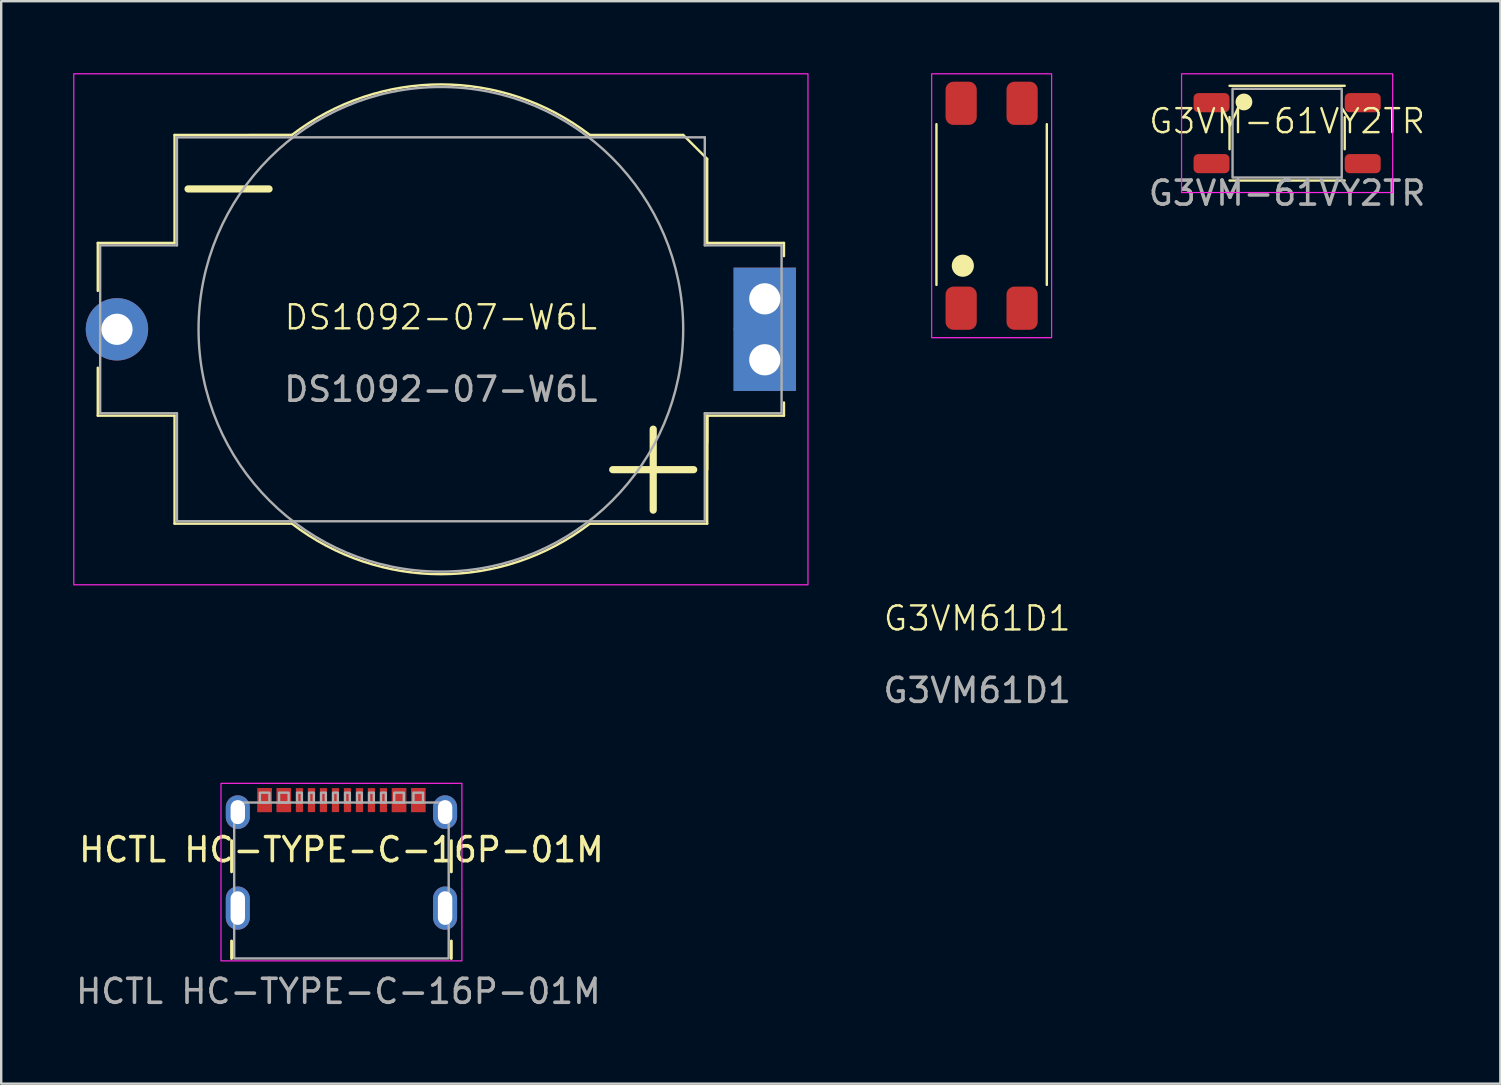
<source format=kicad_pcb>
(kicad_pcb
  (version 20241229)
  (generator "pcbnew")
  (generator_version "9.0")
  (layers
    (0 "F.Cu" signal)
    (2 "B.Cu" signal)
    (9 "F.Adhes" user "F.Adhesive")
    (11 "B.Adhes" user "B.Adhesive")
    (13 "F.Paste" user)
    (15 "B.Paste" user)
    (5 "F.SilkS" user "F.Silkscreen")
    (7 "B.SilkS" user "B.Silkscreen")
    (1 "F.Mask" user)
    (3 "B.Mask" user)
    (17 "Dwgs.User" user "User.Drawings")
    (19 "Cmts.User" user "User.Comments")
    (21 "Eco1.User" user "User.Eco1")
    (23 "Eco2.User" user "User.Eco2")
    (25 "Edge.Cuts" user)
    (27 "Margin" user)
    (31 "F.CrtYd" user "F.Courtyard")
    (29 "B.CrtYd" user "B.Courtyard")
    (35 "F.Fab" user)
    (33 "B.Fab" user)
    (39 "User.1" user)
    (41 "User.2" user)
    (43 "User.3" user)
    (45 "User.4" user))
  (footprint "G3VM61D1"
    (layer "F.Cu")
    (at 38.28 5.525)
    (property "Reference" "G3VM61D1" (at -0.6 17.2 0) (unlocked yes) (layer "F.SilkS") (effects (font (size 1 1) (thickness 0.1))))
    (attr smd)
    (fp_line (start -2.3 3.3) (end -2.3 -3.4) (stroke (width 0.1) (type default)) (layer "F.SilkS"))
    (fp_line (start 2.3 -3.4) (end 2.3 3.3) (stroke (width 0.1) (type default)) (layer "F.SilkS"))
    (fp_circle (center -1.2 2.5) (end -0.788 2.5) (stroke (width 0.1) (type solid)) (fill yes) (layer "F.SilkS"))
    (fp_rect (start -2.5 -5.5) (end 2.5 5.5) (stroke (width 0.05) (type default)) (fill no) (layer "F.CrtYd"))
    (fp_text user "${REFERENCE}" (at -0.6 20.2 0) (unlocked yes) (layer "F.Fab") (effects (font (size 1 1) (thickness 0.15))))
    (pad "1" smd roundrect (at -1.27 4.27) (size 1.3 1.8) (layers "F.Cu" "F.Mask" "F.Paste") (roundrect_rratio 0.25))
    (pad "2" smd roundrect (at 1.27 4.27) (size 1.3 1.8) (layers "F.Cu" "F.Mask" "F.Paste") (roundrect_rratio 0.25))
    (pad "3" smd roundrect (at 1.27 -4.27) (size 1.3 1.8) (layers "F.Cu" "F.Mask" "F.Paste") (roundrect_rratio 0.25))
    (pad "4" smd roundrect (at -1.27 -4.27) (size 1.3 1.8) (layers "F.Cu" "F.Mask" "F.Paste") (roundrect_rratio 0.25)))
  (footprint "HCTL HC-TYPE-C-16P-01M"
    (layer "F.Cu")
    (at 11.181 33.923)
    (property "Reference" "HCTL HC-TYPE-C-16P-01M" (at 0 -1.558 0) (layer "F.SilkS") (effects (font (size 1 1) (thickness 0.15))))
    (attr smd)
    (fp_line (start -4.58 -1.937) (end -4.58 -0.635) (stroke (width 0.12) (type default)) (layer "F.SilkS"))
    (fp_line (start -4.58 2.246) (end -4.58 2.978) (stroke (width 0.12) (type default)) (layer "F.SilkS"))
    (fp_line (start 4.58 -1.937) (end 4.58 -0.635) (stroke (width 0.12) (type default)) (layer "F.SilkS"))
    (fp_line (start 4.58 2.246) (end 4.58 2.978) (stroke (width 0.12) (type default)) (layer "F.SilkS"))
    (fp_rect (start -5.02 -4.325) (end 5.02 3.075) (stroke (width 0.05) (type default)) (fill no) (layer "F.CrtYd"))
    (fp_rect (start -4.47 -3.525) (end 4.47 2.975) (stroke (width 0.1) (type default)) (fill no) (layer "F.Fab"))
    (fp_rect (start -3.4 -3.935) (end -3 -3.525) (stroke (width 0.1) (type default)) (fill no) (layer "F.Fab"))
    (fp_rect (start -2.6 -3.935) (end -2.2 -3.525) (stroke (width 0.1) (type default)) (fill no) (layer "F.Fab"))
    (fp_rect (start -1.85 -3.935) (end -1.65 -3.525) (stroke (width 0.1) (type default)) (fill no) (layer "F.Fab"))
    (fp_rect (start -1.35 -3.935) (end -1.15 -3.525) (stroke (width 0.1) (type default)) (fill no) (layer "F.Fab"))
    (fp_rect (start -0.85 -3.935) (end -0.65 -3.525) (stroke (width 0.1) (type default)) (fill no) (layer "F.Fab"))
    (fp_rect (start -0.35 -3.935) (end -0.15 -3.525) (stroke (width 0.1) (type default)) (fill no) (layer "F.Fab"))
    (fp_rect (start 0.15 -3.935) (end 0.35 -3.525) (stroke (width 0.1) (type default)) (fill no) (layer "F.Fab"))
    (fp_rect (start 0.65 -3.935) (end 0.85 -3.525) (stroke (width 0.1) (type default)) (fill no) (layer "F.Fab"))
    (fp_rect (start 1.15 -3.935) (end 1.35 -3.525) (stroke (width 0.1) (type default)) (fill no) (layer "F.Fab"))
    (fp_rect (start 1.65 -3.935) (end 1.85 -3.525) (stroke (width 0.1) (type default)) (fill no) (layer "F.Fab"))
    (fp_rect (start 2.2 -3.935) (end 2.6 -3.525) (stroke (width 0.1) (type default)) (fill no) (layer "F.Fab"))
    (fp_rect (start 3 -3.935) (end 3.4 -3.525) (stroke (width 0.1) (type default)) (fill no) (layer "F.Fab"))
    (fp_text user "${REFERENCE}" (at -0.127 4.346 0) (layer "F.Fab") (effects (font (size 1 1) (thickness 0.15))))
    (pad "A1" smd rect (at -3.2 -3.625) (size 0.6 1) (layers "F.Cu" "F.Mask" "F.Paste"))
    (pad "A4" smd rect (at -2.4 -3.625) (size 0.6 1) (layers "F.Cu" "F.Mask" "F.Paste"))
    (pad "A5" smd rect (at -1.25 -3.625) (size 0.3 1) (layers "F.Cu" "F.Mask" "F.Paste"))
    (pad "A6" smd rect (at -0.25 -3.625) (size 0.3 1) (layers "F.Cu" "F.Mask" "F.Paste"))
    (pad "A7" smd rect (at 0.25 -3.625) (size 0.3 1) (layers "F.Cu" "F.Mask" "F.Paste"))
    (pad "A8" smd rect (at 1.25 -3.625) (size 0.3 1) (layers "F.Cu" "F.Mask" "F.Paste"))
    (pad "A9" smd rect (at 2.4 -3.625) (size 0.6 1) (layers "F.Cu" "F.Mask" "F.Paste"))
    (pad "A12" smd rect (at 3.2 -3.625) (size 0.6 1) (layers "F.Cu" "F.Mask" "F.Paste"))
    (pad "B1" smd rect (at 3.2 -3.625) (size 0.6 1) (layers "F.Cu" "F.Mask" "F.Paste"))
    (pad "B4" smd rect (at 2.4 -3.625) (size 0.6 1) (layers "F.Cu" "F.Mask" "F.Paste"))
    (pad "B5" smd rect (at 1.75 -3.625) (size 0.3 1) (layers "F.Cu" "F.Mask" "F.Paste"))
    (pad "B6" smd rect (at 0.75 -3.625) (size 0.3 1) (layers "F.Cu" "F.Mask" "F.Paste"))
    (pad "B7" smd rect (at -0.75 -3.625) (size 0.3 1) (layers "F.Cu" "F.Mask" "F.Paste"))
    (pad "B8" smd rect (at -1.75 -3.625) (size 0.3 1) (layers "F.Cu" "F.Mask" "F.Paste"))
    (pad "B9" smd rect (at -2.4 -3.625) (size 0.6 1) (layers "F.Cu" "F.Mask" "F.Paste"))
    (pad "B12" smd rect (at -3.2 -3.625) (size 0.6 1) (layers "F.Cu" "F.Mask" "F.Paste"))
    (pad "S1" thru_hole oval (at -4.32 -3.125) (size 1 1.4) (drill oval 0.6 1) (layers "*.Cu" "*.Mask"))
    (pad "S1" thru_hole oval (at -4.32 0.875) (size 1 1.8) (drill oval 0.6 1.4) (layers "*.Cu" "*.Mask"))
    (pad "S1" thru_hole oval (at 4.32 -3.125) (size 1 1.4) (drill oval 0.6 1) (layers "*.Cu" "*.Mask"))
    (pad "S1" thru_hole oval (at 4.32 0.875) (size 1 1.8) (drill oval 0.6 1.4) (layers "*.Cu" "*.Mask")))
  (footprint "G3VM-61VY2TR"
    (layer "F.Cu")
    (at 50.596 2.5)
    (property "Reference" "G3VM-61VY2TR" (at 0 -0.5 0) (unlocked yes) (layer "F.SilkS") (effects (font (size 1 1) (thickness 0.1))))
    (attr smd)
    (fp_line (start -2.4 -0.67) (end -2.4 0.67) (stroke (width 0.1) (type default)) (layer "F.SilkS"))
    (fp_line (start 2.4 -1.975) (end -2.4 -1.975) (stroke (width 0.1) (type default)) (layer "F.SilkS"))
    (fp_line (start 2.4 -0.67) (end 2.4 0.67) (stroke (width 0.1) (type default)) (layer "F.SilkS"))
    (fp_line (start 2.4 1.975) (end -2.4 1.975) (stroke (width 0.1) (type default)) (layer "F.SilkS"))
    (fp_circle (center -1.8 -1.3) (end -1.5 -1.3) (stroke (width 0.1) (type solid)) (fill yes) (layer "F.SilkS"))
    (fp_rect (start -4.4 -2.475) (end 4.4 2.475) (stroke (width 0.05) (type default)) (fill no) (layer "F.CrtYd"))
    (fp_rect (start -2.275 -1.85) (end 2.275 1.85) (stroke (width 0.1) (type default)) (fill no) (layer "F.Fab"))
    (fp_text user "${REFERENCE}" (at 0 2.5 0) (unlocked yes) (layer "F.Fab") (effects (font (size 1 1) (thickness 0.15))))
    (pad "1" smd roundrect (at -3.15 -1.27 90) (size 0.8 1.5) (layers "F.Cu" "F.Mask" "F.Paste") (roundrect_rratio 0.25))
    (pad "2" smd roundrect (at -3.15 1.27 90) (size 0.8 1.5) (layers "F.Cu" "F.Mask" "F.Paste") (roundrect_rratio 0.25))
    (pad "3" smd roundrect (at 3.15 1.27 90) (size 0.8 1.5) (layers "F.Cu" "F.Mask" "F.Paste") (roundrect_rratio 0.25))
    (pad "4" smd roundrect (at 3.15 -1.27 90) (size 0.8 1.5) (layers "F.Cu" "F.Mask" "F.Paste") (roundrect_rratio 0.25)))
  (footprint "DS1092-07-W6L"
    (layer "F.Cu")
    (at 15.325 10.675)
    (property "Reference" "DS1092-07-W6L" (at 0 -0.5 0) (unlocked yes) (layer "F.SilkS") (effects (font (size 1 1) (thickness 0.1))))
    (attr through_hole)
    (fp_line (start -14.3 -3.6) (end -11.1 -3.6) (stroke (width 0.1) (type default)) (layer "F.SilkS"))
    (fp_line (start -14.3 -1.6) (end -14.3 -3.6) (stroke (width 0.1) (type default)) (layer "F.SilkS"))
    (fp_line (start -14.3 3.6) (end -14.3 1.6) (stroke (width 0.1) (type default)) (layer "F.SilkS"))
    (fp_line (start -14.3 3.6) (end -11.1 3.6) (stroke (width 0.1) (type default)) (layer "F.SilkS"))
    (fp_line (start -11.1 -8.1) (end -11.1 -3.6) (stroke (width 0.1) (type default)) (layer "F.SilkS"))
    (fp_line (start -11.1 8.1) (end -11.1 3.6) (stroke (width 0.1) (type default)) (layer "F.SilkS"))
    (fp_line (start -7.162 -5.85) (end -10.537 -5.85) (stroke (width 0.3) (type default)) (layer "F.SilkS"))
    (fp_line (start -6.21 8.1) (end -11.1 8.1) (stroke (width 0.1) (type default)) (layer "F.SilkS"))
    (fp_line (start -6.205 -8.104) (end -11.1 -8.1) (stroke (width 0.1) (type default)) (layer "F.SilkS"))
    (fp_line (start 7.162 5.85) (end 10.537 5.85) (stroke (width 0.3) (type default)) (layer "F.SilkS"))
    (fp_line (start 8.85 7.537) (end 8.85 4.162) (stroke (width 0.3) (type default)) (layer "F.SilkS"))
    (fp_line (start 10.1 -8.1) (end 6.21 -8.1) (stroke (width 0.1) (type default)) (layer "F.SilkS"))
    (fp_line (start 11.1 -7.1) (end 10.1 -8.1) (stroke (width 0.1) (type default)) (layer "F.SilkS"))
    (fp_line (start 11.1 -7.1) (end 11.1 -3.6) (stroke (width 0.1) (type default)) (layer "F.SilkS"))
    (fp_line (start 11.1 4.725) (end 11.1 3.6) (stroke (width 0.1) (type default)) (layer "F.SilkS"))
    (fp_line (start 11.1 5.85) (end 11.1 3.6) (stroke (width 0.1) (type default)) (layer "F.SilkS"))
    (fp_line (start 11.1 8.1) (end 6.205 8.104) (stroke (width 0.1) (type default)) (layer "F.SilkS"))
    (fp_line (start 11.1 8.1) (end 11.1 3.6) (stroke (width 0.1) (type default)) (layer "F.SilkS"))
    (fp_line (start 14.3 -3.6) (end 11.1 -3.6) (stroke (width 0.1) (type default)) (layer "F.SilkS"))
    (fp_line (start 14.3 -3.05) (end 14.3 -3.6) (stroke (width 0.1) (type default)) (layer "F.SilkS"))
    (fp_line (start 14.3 3.6) (end 11.1 3.6) (stroke (width 0.1) (type default)) (layer "F.SilkS"))
    (fp_line (start 14.3 3.6) (end 14.3 3.05) (stroke (width 0.1) (type default)) (layer "F.SilkS"))
    (fp_arc (start -6.205174 -8.103697) (mid 0.00304 -10.20657) (end 6.21 -8.1) (stroke (width 0.1) (type default)) (layer "F.SilkS"))
    (fp_arc (start 6.205174 8.103697) (mid -0.00304 10.20657) (end -6.21 8.1) (stroke (width 0.1) (type default)) (layer "F.SilkS"))
    (fp_rect (start -15.3 -10.65) (end 15.3 10.65) (stroke (width 0.05) (type default)) (fill no) (layer "F.CrtYd"))
    (fp_line (start -14.2 -3.5) (end -14.2 3.5) (stroke (width 0.1) (type default)) (layer "F.Fab"))
    (fp_line (start -14.2 3.5) (end -11 3.5) (stroke (width 0.1) (type default)) (layer "F.Fab"))
    (fp_line (start -11 -3.5) (end -14.2 -3.5) (stroke (width 0.1) (type default)) (layer "F.Fab"))
    (fp_line (start -11 -3.5) (end -11 -8) (stroke (width 0.1) (type default)) (layer "F.Fab"))
    (fp_line (start -11 3.5) (end -11 8) (stroke (width 0.1) (type default)) (layer "F.Fab"))
    (fp_line (start -11 8) (end 11 8) (stroke (width 0.1) (type default)) (layer "F.Fab"))
    (fp_line (start 11 -8) (end -11 -8) (stroke (width 0.1) (type default)) (layer "F.Fab"))
    (fp_line (start 11 -3.5) (end 11 -8) (stroke (width 0.1) (type default)) (layer "F.Fab"))
    (fp_line (start 11 3.5) (end 11 8) (stroke (width 0.1) (type default)) (layer "F.Fab"))
    (fp_line (start 11 3.5) (end 14.2 3.5) (stroke (width 0.1) (type default)) (layer "F.Fab"))
    (fp_line (start 14.2 -3.5) (end 11 -3.5) (stroke (width 0.1) (type default)) (layer "F.Fab"))
    (fp_line (start 14.2 3.5) (end 14.2 -3.5) (stroke (width 0.1) (type default)) (layer "F.Fab"))
    (fp_circle (center 0 0) (end 10.1 0) (stroke (width 0.1) (type default)) (fill no) (layer "F.Fab"))
    (fp_text user "${REFERENCE}" (at 0 2.5 0) (unlocked yes) (layer "F.Fab") (effects (font (size 1 1) (thickness 0.15))))
    (pad "1" thru_hole rect (at 13.5 -1.27) (size 2.6 2.6) (drill 1.3) (layers "*.Cu" "*.Mask"))
    (pad "1" thru_hole rect (at 13.5 1.27) (size 2.6 2.6) (drill 1.3) (layers "*.Cu" "*.Mask"))
    (pad "2" thru_hole circle (at -13.5 0) (size 2.6 2.6) (drill 1.3) (layers "*.Cu" "*.Mask")))
  (gr_rect
    (start -3 -3)
    (end 59.483 42.117)
    (stroke (width 0.1) (type default))
    (fill no)
    (layer "Edge.Cuts")))
</source>
